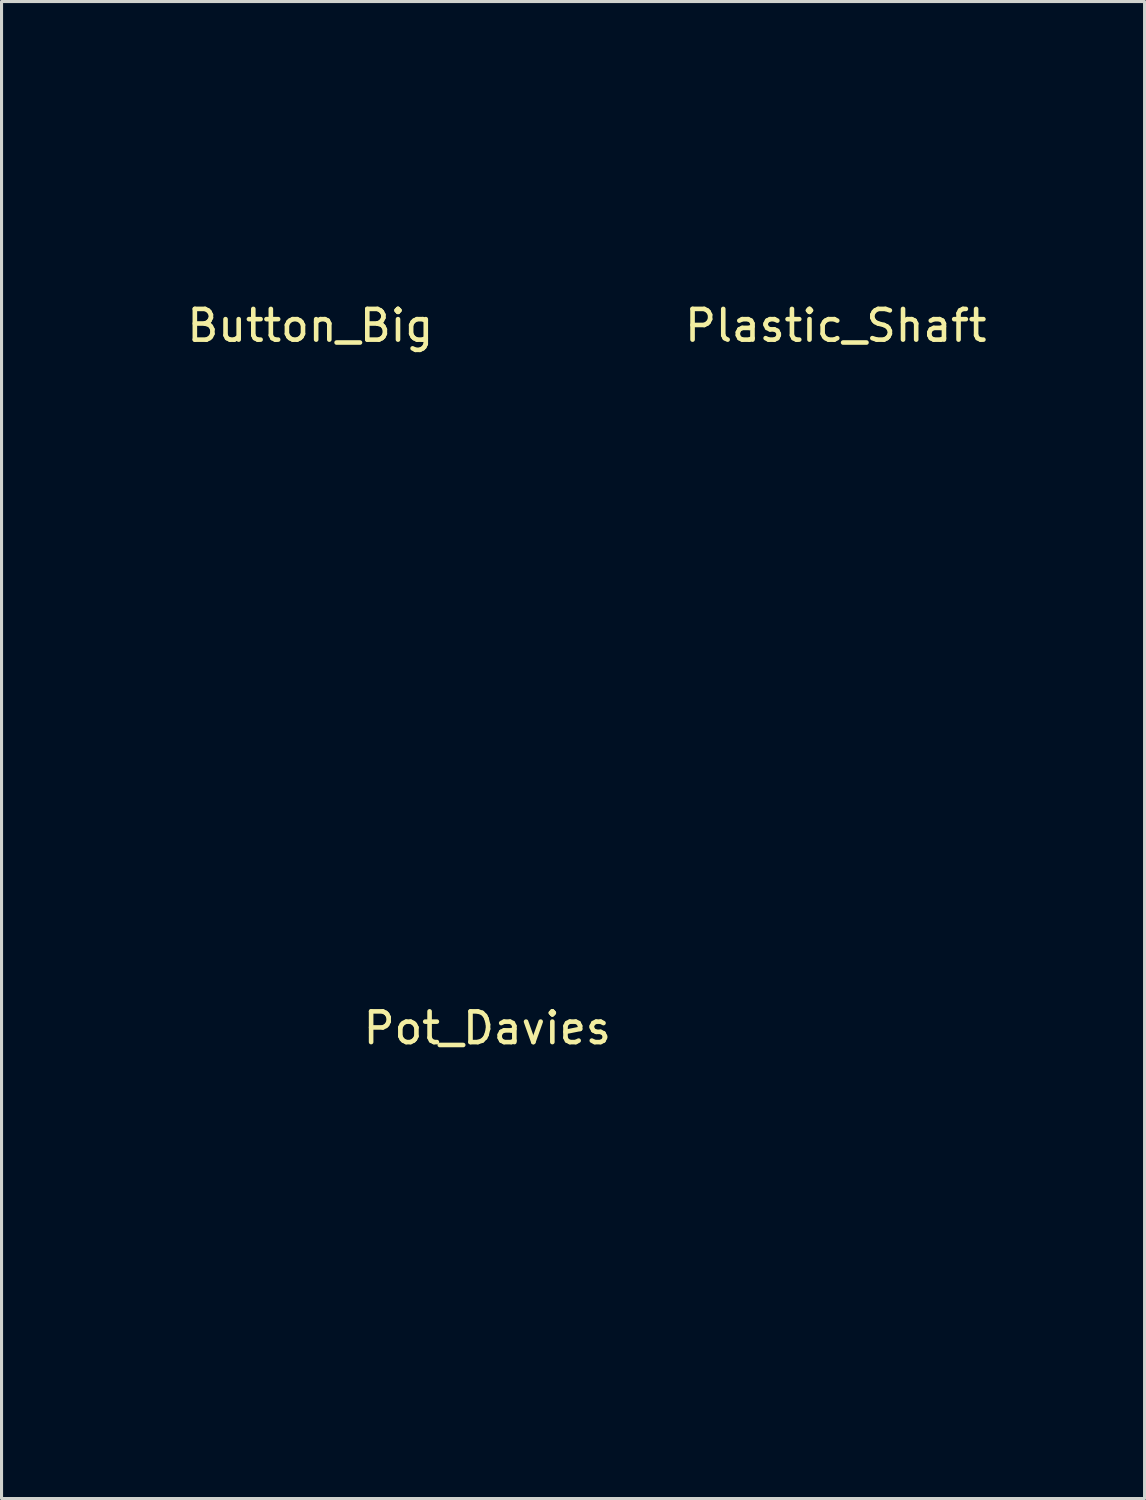
<source format=kicad_pcb>
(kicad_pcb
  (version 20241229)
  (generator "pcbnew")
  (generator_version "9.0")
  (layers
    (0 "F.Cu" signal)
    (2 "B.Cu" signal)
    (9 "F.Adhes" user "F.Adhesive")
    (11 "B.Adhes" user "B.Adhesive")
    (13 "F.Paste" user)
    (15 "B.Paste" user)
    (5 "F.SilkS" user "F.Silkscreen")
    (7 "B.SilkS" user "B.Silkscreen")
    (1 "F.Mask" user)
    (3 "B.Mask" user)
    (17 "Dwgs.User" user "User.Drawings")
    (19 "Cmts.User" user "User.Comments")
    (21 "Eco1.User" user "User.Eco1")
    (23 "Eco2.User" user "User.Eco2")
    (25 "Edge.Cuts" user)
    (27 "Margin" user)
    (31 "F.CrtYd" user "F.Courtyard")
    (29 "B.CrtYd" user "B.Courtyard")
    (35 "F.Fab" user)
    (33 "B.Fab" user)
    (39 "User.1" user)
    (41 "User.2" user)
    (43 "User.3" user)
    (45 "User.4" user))
  (footprint "Pot_Davies"
    (layer "F.Cu")
    (at 12.827 29.947)
    (property "Reference" "Pot_Davies" (at 0 0.5 0) (layer "F.SilkS") (effects (font (size 1 1) (thickness 0.15))))
    (attr through_hole)
    (fp_circle (center 0 0) (end 12.7 0) (stroke (width 0.254) (type solid)) (fill no) (layer "Eco1.User")))
  (footprint "Button_Big"
    (layer "F.Cu")
    (at 7.06 7.06)
    (property "Reference" "Button_Big" (at 0 0.5 0) (layer "F.SilkS") (effects (font (size 1 1) (thickness 0.15))))
    (attr through_hole)
    (fp_circle (center 0 0) (end 7 0) (stroke (width 0.12) (type solid)) (fill no) (layer "Eco1.User")))
  (footprint "Plastic_Shaft"
    (layer "F.Cu")
    (at 24.181 7.06)
    (property "Reference" "Plastic_Shaft" (at 0 0.5 0) (layer "F.SilkS") (effects (font (size 1 1) (thickness 0.15))))
    (attr through_hole)
    (fp_circle (center 0 0) (end 7 0) (stroke (width 0.12) (type solid)) (fill no) (layer "Eco1.User")))
  (gr_rect
    (start -3 -3)
    (end 34.241 45.774)
    (stroke (width 0.1) (type default))
    (fill no)
    (layer "Edge.Cuts")))
</source>
